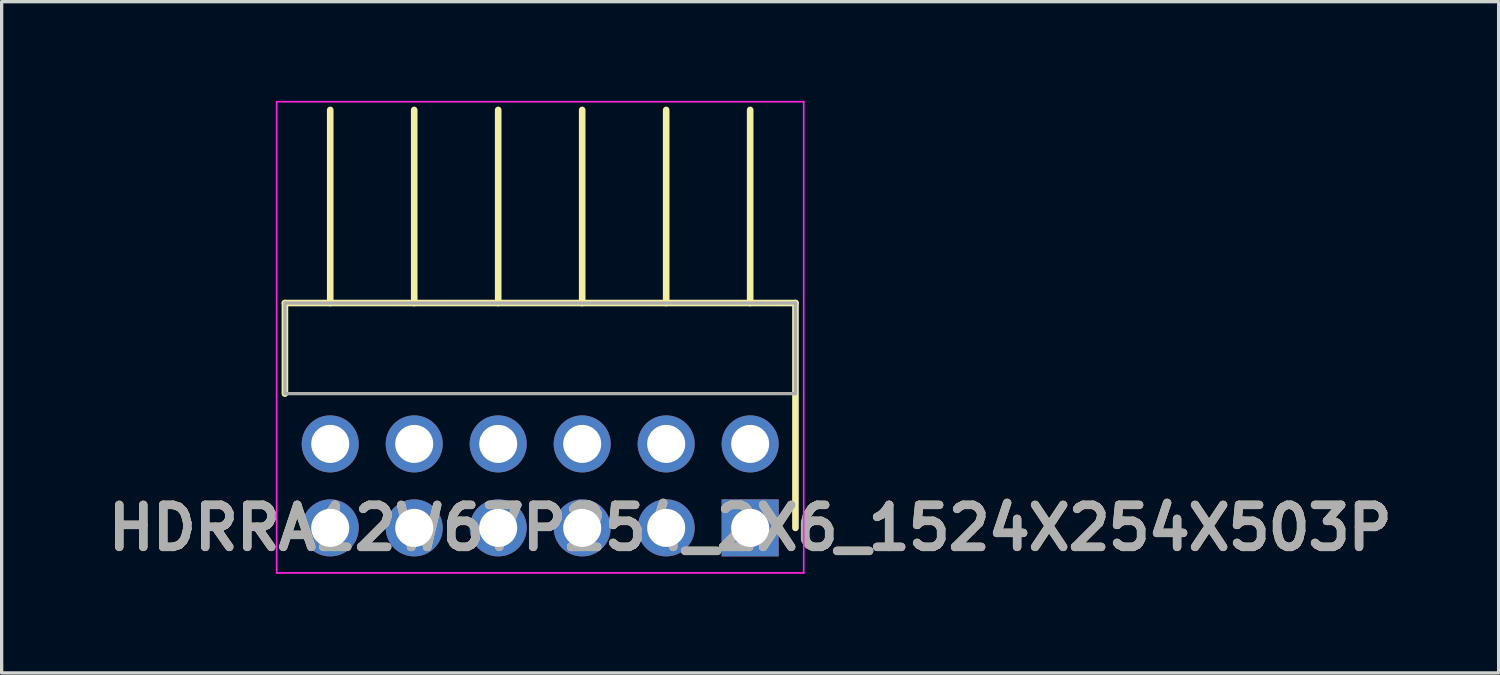
<source format=kicad_pcb>
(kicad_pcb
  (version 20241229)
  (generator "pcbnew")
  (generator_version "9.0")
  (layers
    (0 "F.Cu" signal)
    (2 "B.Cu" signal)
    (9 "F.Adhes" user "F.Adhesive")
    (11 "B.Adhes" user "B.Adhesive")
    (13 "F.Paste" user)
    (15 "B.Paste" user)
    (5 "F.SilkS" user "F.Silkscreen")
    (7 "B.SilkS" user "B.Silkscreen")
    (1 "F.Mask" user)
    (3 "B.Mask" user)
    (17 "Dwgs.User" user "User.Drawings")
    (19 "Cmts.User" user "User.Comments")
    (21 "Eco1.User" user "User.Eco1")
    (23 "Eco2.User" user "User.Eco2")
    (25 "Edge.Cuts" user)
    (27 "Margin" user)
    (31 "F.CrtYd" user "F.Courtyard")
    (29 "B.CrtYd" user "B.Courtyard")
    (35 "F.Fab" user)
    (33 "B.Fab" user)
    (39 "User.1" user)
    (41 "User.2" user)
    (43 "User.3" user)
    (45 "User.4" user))
  (footprint "HDRRA12W67P254_2X6_1524X254X503P"
    (layer "F.Cu")
    (at 19.637 12.915)
    (property "Reference" "HDRRA12W67P254_2X6_1524X254X503P" (at 0 0 0) (layer "F.SilkS") (effects (font (size 1.27 1.27) (thickness 0.254))))
    (attr through_hole)
    (fp_line (start -14.07 -6.8) (end -14.07 -4.06) (stroke (width 0.2) (type solid)) (layer "F.SilkS"))
    (fp_line (start -12.7 -6.8) (end -12.7 -12.64) (stroke (width 0.2) (type solid)) (layer "F.SilkS"))
    (fp_line (start -10.16 -6.8) (end -10.16 -12.64) (stroke (width 0.2) (type solid)) (layer "F.SilkS"))
    (fp_line (start -7.62 -6.8) (end -7.62 -12.64) (stroke (width 0.2) (type solid)) (layer "F.SilkS"))
    (fp_line (start -5.08 -6.8) (end -5.08 -12.64) (stroke (width 0.2) (type solid)) (layer "F.SilkS"))
    (fp_line (start -2.54 -6.8) (end -2.54 -12.64) (stroke (width 0.2) (type solid)) (layer "F.SilkS"))
    (fp_line (start 0 -6.8) (end 0 -12.64) (stroke (width 0.2) (type solid)) (layer "F.SilkS"))
    (fp_line (start 1.37 -6.8) (end -14.07 -6.8) (stroke (width 0.2) (type solid)) (layer "F.SilkS"))
    (fp_line (start 1.37 0) (end 1.37 -6.8) (stroke (width 0.2) (type solid)) (layer "F.SilkS"))
    (fp_line (start -14.32 -12.89) (end 1.62 -12.89) (stroke (width 0.05) (type solid)) (layer "F.CrtYd"))
    (fp_line (start -14.32 1.362) (end -14.32 -12.89) (stroke (width 0.05) (type solid)) (layer "F.CrtYd"))
    (fp_line (start 1.62 -12.89) (end 1.62 1.362) (stroke (width 0.05) (type solid)) (layer "F.CrtYd"))
    (fp_line (start 1.62 1.362) (end -14.32 1.362) (stroke (width 0.05) (type solid)) (layer "F.CrtYd"))
    (fp_line (start -14.07 -6.8) (end 1.37 -6.8) (stroke (width 0.1) (type solid)) (layer "F.Fab"))
    (fp_line (start -14.07 -4.06) (end -14.07 -6.8) (stroke (width 0.1) (type solid)) (layer "F.Fab"))
    (fp_line (start 1.37 -6.8) (end 1.37 -4.06) (stroke (width 0.1) (type solid)) (layer "F.Fab"))
    (fp_line (start 1.37 -4.06) (end -14.07 -4.06) (stroke (width 0.1) (type solid)) (layer "F.Fab"))
    (fp_text user "${REFERENCE}" (at 0 0 0) (layer "F.Fab") (effects (font (size 1.27 1.27) (thickness 0.254))))
    (pad "1" thru_hole rect (at 0 0) (size 1.725 1.725) (drill 1.15) (layers "*.Cu" "*.Mask"))
    (pad "2" thru_hole circle (at 0 -2.54) (size 1.725 1.725) (drill 1.15) (layers "*.Cu" "*.Mask"))
    (pad "3" thru_hole circle (at -2.54 0) (size 1.725 1.725) (drill 1.15) (layers "*.Cu" "*.Mask"))
    (pad "4" thru_hole circle (at -2.54 -2.54) (size 1.725 1.725) (drill 1.15) (layers "*.Cu" "*.Mask"))
    (pad "5" thru_hole circle (at -5.08 0) (size 1.725 1.725) (drill 1.15) (layers "*.Cu" "*.Mask"))
    (pad "6" thru_hole circle (at -5.08 -2.54) (size 1.725 1.725) (drill 1.15) (layers "*.Cu" "*.Mask"))
    (pad "7" thru_hole circle (at -7.62 0) (size 1.725 1.725) (drill 1.15) (layers "*.Cu" "*.Mask"))
    (pad "8" thru_hole circle (at -7.62 -2.54) (size 1.725 1.725) (drill 1.15) (layers "*.Cu" "*.Mask"))
    (pad "9" thru_hole circle (at -10.16 0) (size 1.725 1.725) (drill 1.15) (layers "*.Cu" "*.Mask"))
    (pad "10" thru_hole circle (at -10.16 -2.54) (size 1.725 1.725) (drill 1.15) (layers "*.Cu" "*.Mask"))
    (pad "11" thru_hole circle (at -12.7 0) (size 1.725 1.725) (drill 1.15) (layers "*.Cu" "*.Mask"))
    (pad "12" thru_hole circle (at -12.7 -2.54) (size 1.725 1.725) (drill 1.15) (layers "*.Cu" "*.Mask")))
  (gr_rect
    (start -3 -3)
    (end 42.273 17.302)
    (stroke (width 0.1) (type default))
    (fill no)
    (layer "Edge.Cuts")))
</source>
